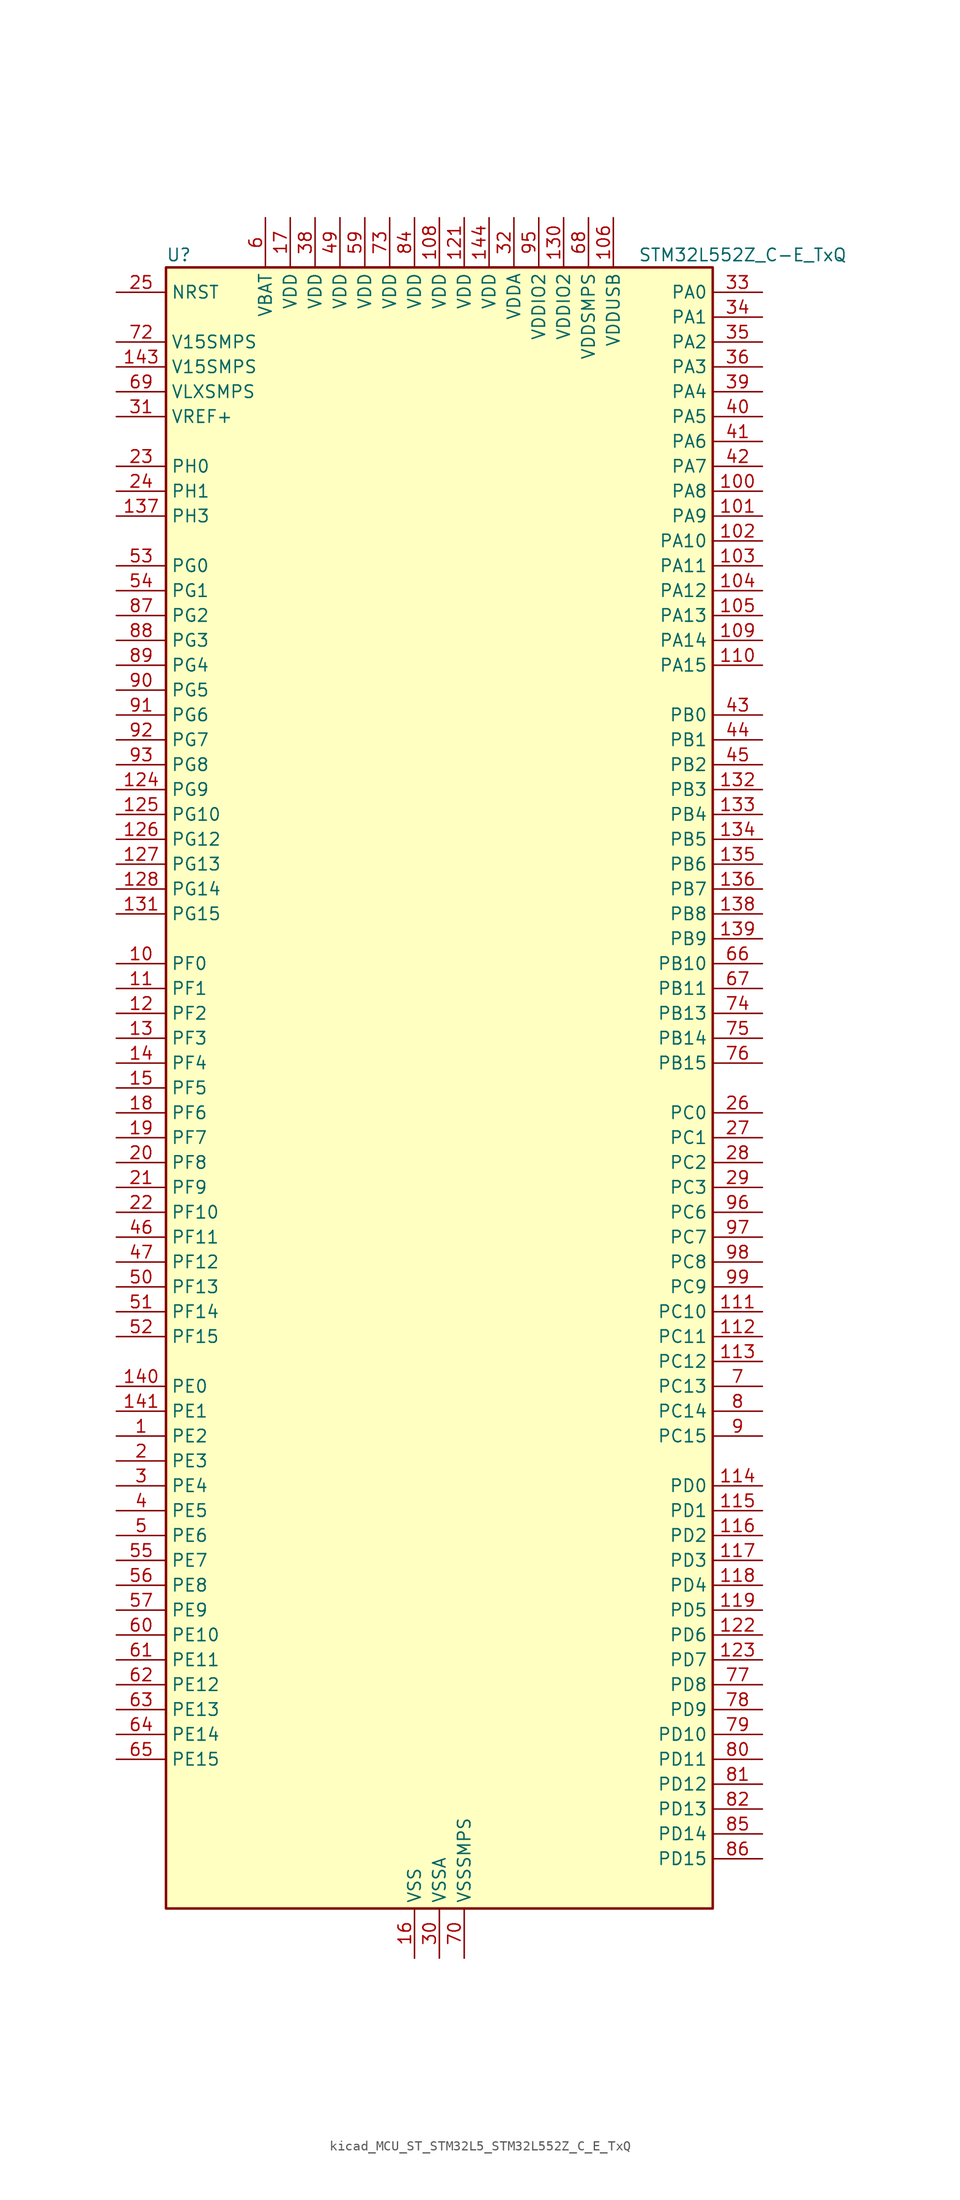
<source format=kicad_sym>
(kicad_symbol_lib
  (version 20220914)
  (generator kicad_symbol_editor)
  (symbol "kicad_MCU_ST_STM32L5_STM32L552Z_C_E_TxQ"
    (property "Reference" "U"
      (at -27.94 85.09 0)
      (effects (font (size 1.27 1.27)) (justify left)))
    (property "Value" "STM32L552Z_C-E_TxQ"
      (at 20.32 85.09 0)
      (effects (font (size 1.27 1.27)) (justify left)))
    (property "ki_locked" ""
      (at 0 0 0)
      (effects (font (size 1.27 1.27))))
    (symbol "kicad_MCU_ST_STM32L5_STM32L552Z_C_E_TxQ_0_1"
      (rectangle (start -27.94 -83.82) (end 27.94 83.82) (stroke (width 0.254) (type default)) (fill (type background))))
    (symbol "kicad_MCU_ST_STM32L5_STM32L552Z_C_E_TxQ_1_1"
      (pin bidirectional line (at -33.02 -35.56 0) (length 5.08) (name "PE2" (effects (font (size 1.27 1.27)))) (number "1" (effects (font (size 1.27 1.27)))) (alternate "DEBUG_TRACECLK" bidirectional line) (alternate "FMC_A23" bidirectional line) (alternate "SAI1_CK1" bidirectional line) (alternate "SAI1_MCLK_A" bidirectional line) (alternate "TIM3_ETR" bidirectional line) (alternate "TSC_G7_IO1" bidirectional line))
      (pin bidirectional line (at -33.02 12.7 0) (length 5.08) (name "PF0" (effects (font (size 1.27 1.27)))) (number "10" (effects (font (size 1.27 1.27)))) (alternate "FMC_A0" bidirectional line) (alternate "I2C2_SDA" bidirectional line))
      (pin bidirectional line (at 33.02 60.96 180) (length 5.08) (name "PA8" (effects (font (size 1.27 1.27)))) (number "100" (effects (font (size 1.27 1.27)))) (alternate "LPTIM2_OUT" bidirectional line) (alternate "RCC_MCO" bidirectional line) (alternate "SAI1_CK2" bidirectional line) (alternate "SAI1_SCK_A" bidirectional line) (alternate "TIM1_CH1" bidirectional line) (alternate "USART1_CK" bidirectional line))
      (pin bidirectional line (at 33.02 58.42 180) (length 5.08) (name "PA9" (effects (font (size 1.27 1.27)))) (number "101" (effects (font (size 1.27 1.27)))) (alternate "DAC1_EXTI9" bidirectional line) (alternate "SAI1_FS_A" bidirectional line) (alternate "SPI2_SCK" bidirectional line) (alternate "TIM15_BKIN" bidirectional line) (alternate "TIM1_CH2" bidirectional line) (alternate "USART1_TX" bidirectional line))
      (pin bidirectional line (at 33.02 55.88 180) (length 5.08) (name "PA10" (effects (font (size 1.27 1.27)))) (number "102" (effects (font (size 1.27 1.27)))) (alternate "CRS_SYNC" bidirectional line) (alternate "SAI1_D1" bidirectional line) (alternate "SAI1_SD_A" bidirectional line) (alternate "TIM17_BKIN" bidirectional line) (alternate "TIM1_CH3" bidirectional line) (alternate "USART1_RX" bidirectional line))
      (pin bidirectional line (at 33.02 53.34 180) (length 5.08) (name "PA11" (effects (font (size 1.27 1.27)))) (number "103" (effects (font (size 1.27 1.27)))) (alternate "ADC1_EXTI11" bidirectional line) (alternate "ADC2_EXTI11" bidirectional line) (alternate "FDCAN1_RX" bidirectional line) (alternate "SPI1_MISO" bidirectional line) (alternate "TIM1_BKIN2" bidirectional line) (alternate "TIM1_CH4" bidirectional line) (alternate "USART1_CTS" bidirectional line) (alternate "USART1_NSS" bidirectional line) (alternate "USB_DM" bidirectional line))
      (pin bidirectional line (at 33.02 50.8 180) (length 5.08) (name "PA12" (effects (font (size 1.27 1.27)))) (number "104" (effects (font (size 1.27 1.27)))) (alternate "FDCAN1_TX" bidirectional line) (alternate "SPI1_MOSI" bidirectional line) (alternate "TIM1_ETR" bidirectional line) (alternate "USART1_DE" bidirectional line) (alternate "USART1_RTS" bidirectional line) (alternate "USB_DP" bidirectional line))
      (pin bidirectional line (at 33.02 48.26 180) (length 5.08) (name "PA13" (effects (font (size 1.27 1.27)))) (number "105" (effects (font (size 1.27 1.27)))) (alternate "DEBUG_JTMS-SWDIO" bidirectional line) (alternate "IR_OUT" bidirectional line) (alternate "SAI1_SD_B" bidirectional line) (alternate "USB_NOE" bidirectional line))
      (pin power_in line (at 17.78 88.9 270) (length 5.08) (name "VDDUSB" (effects (font (size 1.27 1.27)))) (number "106" (effects (font (size 1.27 1.27)))))
      (pin passive line (at -2.54 -88.9 90) (length 5.08) hide (name "VSS" (effects (font (size 1.27 1.27)))) (number "107" (effects (font (size 1.27 1.27)))))
      (pin power_in line (at 0 88.9 270) (length 5.08) (name "VDD" (effects (font (size 1.27 1.27)))) (number "108" (effects (font (size 1.27 1.27)))))
      (pin bidirectional line (at 33.02 45.72 180) (length 5.08) (name "PA14" (effects (font (size 1.27 1.27)))) (number "109" (effects (font (size 1.27 1.27)))) (alternate "DEBUG_JTCK-SWCLK" bidirectional line) (alternate "I2C1_SMBA" bidirectional line) (alternate "I2C4_SMBA" bidirectional line) (alternate "LPTIM1_OUT" bidirectional line) (alternate "SAI1_FS_B" bidirectional line))
      (pin bidirectional line (at -33.02 10.16 0) (length 5.08) (name "PF1" (effects (font (size 1.27 1.27)))) (number "11" (effects (font (size 1.27 1.27)))) (alternate "FMC_A1" bidirectional line) (alternate "I2C2_SCL" bidirectional line))
      (pin bidirectional line (at 33.02 43.18 180) (length 5.08) (name "PA15" (effects (font (size 1.27 1.27)))) (number "110" (effects (font (size 1.27 1.27)))) (alternate "ADC1_EXTI15" bidirectional line) (alternate "ADC2_EXTI15" bidirectional line) (alternate "DEBUG_JTDI" bidirectional line) (alternate "SAI2_FS_B" bidirectional line) (alternate "SPI1_NSS" bidirectional line) (alternate "SPI3_NSS" bidirectional line) (alternate "TIM2_CH1" bidirectional line) (alternate "TIM2_ETR" bidirectional line) (alternate "UART4_DE" bidirectional line) (alternate "UART4_RTS" bidirectional line) (alternate "UCPD1_CC1" bidirectional line) (alternate "USART2_RX" bidirectional line) (alternate "USART3_DE" bidirectional line) (alternate "USART3_RTS" bidirectional line))
      (pin bidirectional line (at 33.02 -22.86 180) (length 5.08) (name "PC10" (effects (font (size 1.27 1.27)))) (number "111" (effects (font (size 1.27 1.27)))) (alternate "DEBUG_TRACED1" bidirectional line) (alternate "LPTIM3_ETR" bidirectional line) (alternate "SAI2_SCK_B" bidirectional line) (alternate "SDMMC1_D2" bidirectional line) (alternate "SPI3_SCK" bidirectional line) (alternate "TSC_G3_IO2" bidirectional line) (alternate "UART4_TX" bidirectional line) (alternate "USART3_TX" bidirectional line))
      (pin bidirectional line (at 33.02 -25.4 180) (length 5.08) (name "PC11" (effects (font (size 1.27 1.27)))) (number "112" (effects (font (size 1.27 1.27)))) (alternate "ADC1_EXTI11" bidirectional line) (alternate "ADC2_EXTI11" bidirectional line) (alternate "LPTIM3_IN1" bidirectional line) (alternate "OCTOSPI1_NCS" bidirectional line) (alternate "SAI2_MCLK_B" bidirectional line) (alternate "SDMMC1_D3" bidirectional line) (alternate "SPI3_MISO" bidirectional line) (alternate "TSC_G3_IO3" bidirectional line) (alternate "UART4_RX" bidirectional line) (alternate "UCPD1_FRSTX2" bidirectional line) (alternate "USART3_RX" bidirectional line))
      (pin bidirectional line (at 33.02 -27.94 180) (length 5.08) (name "PC12" (effects (font (size 1.27 1.27)))) (number "113" (effects (font (size 1.27 1.27)))) (alternate "DEBUG_TRACED3" bidirectional line) (alternate "SAI2_SD_B" bidirectional line) (alternate "SDMMC1_CK" bidirectional line) (alternate "SPI3_MOSI" bidirectional line) (alternate "TSC_G3_IO4" bidirectional line) (alternate "UART5_TX" bidirectional line) (alternate "USART3_CK" bidirectional line))
      (pin bidirectional line (at 33.02 -40.64 180) (length 5.08) (name "PD0" (effects (font (size 1.27 1.27)))) (number "114" (effects (font (size 1.27 1.27)))) (alternate "FDCAN1_RX" bidirectional line) (alternate "FMC_D2" bidirectional line) (alternate "FMC_DA2" bidirectional line) (alternate "SPI2_NSS" bidirectional line))
      (pin bidirectional line (at 33.02 -43.18 180) (length 5.08) (name "PD1" (effects (font (size 1.27 1.27)))) (number "115" (effects (font (size 1.27 1.27)))) (alternate "FDCAN1_TX" bidirectional line) (alternate "FMC_D3" bidirectional line) (alternate "FMC_DA3" bidirectional line) (alternate "SPI2_SCK" bidirectional line))
      (pin bidirectional line (at 33.02 -45.72 180) (length 5.08) (name "PD2" (effects (font (size 1.27 1.27)))) (number "116" (effects (font (size 1.27 1.27)))) (alternate "DEBUG_TRACED2" bidirectional line) (alternate "SDMMC1_CMD" bidirectional line) (alternate "TIM3_ETR" bidirectional line) (alternate "TSC_SYNC" bidirectional line) (alternate "UART5_RX" bidirectional line) (alternate "USART3_DE" bidirectional line) (alternate "USART3_RTS" bidirectional line))
      (pin bidirectional line (at 33.02 -48.26 180) (length 5.08) (name "PD3" (effects (font (size 1.27 1.27)))) (number "117" (effects (font (size 1.27 1.27)))) (alternate "DFSDM1_DATIN0" bidirectional line) (alternate "FMC_CLK" bidirectional line) (alternate "SPI2_MISO" bidirectional line) (alternate "SPI2_SCK" bidirectional line) (alternate "USART2_CTS" bidirectional line) (alternate "USART2_NSS" bidirectional line))
      (pin bidirectional line (at 33.02 -50.8 180) (length 5.08) (name "PD4" (effects (font (size 1.27 1.27)))) (number "118" (effects (font (size 1.27 1.27)))) (alternate "DFSDM1_CKIN0" bidirectional line) (alternate "FMC_NOE" bidirectional line) (alternate "OCTOSPI1_IO4" bidirectional line) (alternate "SPI2_MOSI" bidirectional line) (alternate "USART2_DE" bidirectional line) (alternate "USART2_RTS" bidirectional line))
      (pin bidirectional line (at 33.02 -53.34 180) (length 5.08) (name "PD5" (effects (font (size 1.27 1.27)))) (number "119" (effects (font (size 1.27 1.27)))) (alternate "FMC_NWE" bidirectional line) (alternate "OCTOSPI1_IO5" bidirectional line) (alternate "USART2_TX" bidirectional line))
      (pin bidirectional line (at -33.02 7.62 0) (length 5.08) (name "PF2" (effects (font (size 1.27 1.27)))) (number "12" (effects (font (size 1.27 1.27)))) (alternate "FMC_A2" bidirectional line) (alternate "I2C2_SMBA" bidirectional line))
      (pin passive line (at -2.54 -88.9 90) (length 5.08) hide (name "VSS" (effects (font (size 1.27 1.27)))) (number "120" (effects (font (size 1.27 1.27)))))
      (pin power_in line (at 2.54 88.9 270) (length 5.08) (name "VDD" (effects (font (size 1.27 1.27)))) (number "121" (effects (font (size 1.27 1.27)))))
      (pin bidirectional line (at 33.02 -55.88 180) (length 5.08) (name "PD6" (effects (font (size 1.27 1.27)))) (number "122" (effects (font (size 1.27 1.27)))) (alternate "DFSDM1_DATIN1" bidirectional line) (alternate "FMC_NWAIT" bidirectional line) (alternate "OCTOSPI1_IO6" bidirectional line) (alternate "SAI1_D1" bidirectional line) (alternate "SAI1_SD_A" bidirectional line) (alternate "SPI3_MOSI" bidirectional line) (alternate "USART2_RX" bidirectional line))
      (pin bidirectional line (at 33.02 -58.42 180) (length 5.08) (name "PD7" (effects (font (size 1.27 1.27)))) (number "123" (effects (font (size 1.27 1.27)))) (alternate "DFSDM1_CKIN1" bidirectional line) (alternate "FMC_NCE" bidirectional line) (alternate "FMC_NE1" bidirectional line) (alternate "OCTOSPI1_IO7" bidirectional line) (alternate "USART2_CK" bidirectional line))
      (pin bidirectional line (at -33.02 30.48 0) (length 5.08) (name "PG9" (effects (font (size 1.27 1.27)))) (number "124" (effects (font (size 1.27 1.27)))) (alternate "DAC1_EXTI9" bidirectional line) (alternate "FMC_NCE" bidirectional line) (alternate "FMC_NE2" bidirectional line) (alternate "SAI2_SCK_A" bidirectional line) (alternate "SPI3_SCK" bidirectional line) (alternate "TIM15_CH1N" bidirectional line) (alternate "USART1_TX" bidirectional line))
      (pin bidirectional line (at -33.02 27.94 0) (length 5.08) (name "PG10" (effects (font (size 1.27 1.27)))) (number "125" (effects (font (size 1.27 1.27)))) (alternate "FMC_NE3" bidirectional line) (alternate "LPTIM1_IN1" bidirectional line) (alternate "SAI2_FS_A" bidirectional line) (alternate "SPI3_MISO" bidirectional line) (alternate "TIM15_CH1" bidirectional line) (alternate "USART1_RX" bidirectional line))
      (pin bidirectional line (at -33.02 25.4 0) (length 5.08) (name "PG12" (effects (font (size 1.27 1.27)))) (number "126" (effects (font (size 1.27 1.27)))) (alternate "FMC_NE4" bidirectional line) (alternate "LPTIM1_ETR" bidirectional line) (alternate "SAI2_SD_A" bidirectional line) (alternate "SPI3_NSS" bidirectional line) (alternate "USART1_DE" bidirectional line) (alternate "USART1_RTS" bidirectional line))
      (pin bidirectional line (at -33.02 22.86 0) (length 5.08) (name "PG13" (effects (font (size 1.27 1.27)))) (number "127" (effects (font (size 1.27 1.27)))) (alternate "FMC_A24" bidirectional line) (alternate "I2C1_SDA" bidirectional line) (alternate "USART1_CK" bidirectional line))
      (pin bidirectional line (at -33.02 20.32 0) (length 5.08) (name "PG14" (effects (font (size 1.27 1.27)))) (number "128" (effects (font (size 1.27 1.27)))) (alternate "FMC_A25" bidirectional line) (alternate "I2C1_SCL" bidirectional line))
      (pin passive line (at -2.54 -88.9 90) (length 5.08) hide (name "VSS" (effects (font (size 1.27 1.27)))) (number "129" (effects (font (size 1.27 1.27)))))
      (pin bidirectional line (at -33.02 5.08 0) (length 5.08) (name "PF3" (effects (font (size 1.27 1.27)))) (number "13" (effects (font (size 1.27 1.27)))) (alternate "FMC_A3" bidirectional line) (alternate "LPTIM3_IN1" bidirectional line))
      (pin power_in line (at 12.7 88.9 270) (length 5.08) (name "VDDIO2" (effects (font (size 1.27 1.27)))) (number "130" (effects (font (size 1.27 1.27)))))
      (pin bidirectional line (at -33.02 17.78 0) (length 5.08) (name "PG15" (effects (font (size 1.27 1.27)))) (number "131" (effects (font (size 1.27 1.27)))) (alternate "ADC1_EXTI15" bidirectional line) (alternate "ADC2_EXTI15" bidirectional line) (alternate "I2C1_SMBA" bidirectional line) (alternate "LPTIM1_OUT" bidirectional line))
      (pin bidirectional line (at 33.02 30.48 180) (length 5.08) (name "PB3" (effects (font (size 1.27 1.27)))) (number "132" (effects (font (size 1.27 1.27)))) (alternate "COMP2_INM" bidirectional line) (alternate "CRS_SYNC" bidirectional line) (alternate "DEBUG_JTDO-SWO" bidirectional line) (alternate "SAI1_SCK_B" bidirectional line) (alternate "SPI1_SCK" bidirectional line) (alternate "SPI3_SCK" bidirectional line) (alternate "TIM2_CH2" bidirectional line) (alternate "USART1_DE" bidirectional line) (alternate "USART1_RTS" bidirectional line))
      (pin bidirectional line (at 33.02 27.94 180) (length 5.08) (name "PB4" (effects (font (size 1.27 1.27)))) (number "133" (effects (font (size 1.27 1.27)))) (alternate "COMP2_INP" bidirectional line) (alternate "DEBUG_JTRST" bidirectional line) (alternate "I2C3_SDA" bidirectional line) (alternate "SAI1_MCLK_B" bidirectional line) (alternate "SPI1_MISO" bidirectional line) (alternate "SPI3_MISO" bidirectional line) (alternate "TIM17_BKIN" bidirectional line) (alternate "TIM3_CH1" bidirectional line) (alternate "TSC_G2_IO1" bidirectional line) (alternate "UART5_DE" bidirectional line) (alternate "UART5_RTS" bidirectional line) (alternate "USART1_CTS" bidirectional line) (alternate "USART1_NSS" bidirectional line))
      (pin bidirectional line (at 33.02 25.4 180) (length 5.08) (name "PB5" (effects (font (size 1.27 1.27)))) (number "134" (effects (font (size 1.27 1.27)))) (alternate "COMP2_OUT" bidirectional line) (alternate "I2C1_SMBA" bidirectional line) (alternate "LPTIM1_IN1" bidirectional line) (alternate "OCTOSPI1_NCLK" bidirectional line) (alternate "SAI1_SD_B" bidirectional line) (alternate "SPI1_MOSI" bidirectional line) (alternate "SPI3_MOSI" bidirectional line) (alternate "TIM16_BKIN" bidirectional line) (alternate "TIM3_CH2" bidirectional line) (alternate "TSC_G2_IO2" bidirectional line) (alternate "UART5_CTS" bidirectional line) (alternate "UCPD1_DBCC1" bidirectional line) (alternate "USART1_CK" bidirectional line))
      (pin bidirectional line (at 33.02 22.86 180) (length 5.08) (name "PB6" (effects (font (size 1.27 1.27)))) (number "135" (effects (font (size 1.27 1.27)))) (alternate "COMP2_INP" bidirectional line) (alternate "I2C1_SCL" bidirectional line) (alternate "I2C4_SCL" bidirectional line) (alternate "LPTIM1_ETR" bidirectional line) (alternate "SAI1_FS_B" bidirectional line) (alternate "TIM16_CH1N" bidirectional line) (alternate "TIM4_CH1" bidirectional line) (alternate "TIM8_BKIN2" bidirectional line) (alternate "TSC_G2_IO3" bidirectional line) (alternate "USART1_TX" bidirectional line))
      (pin bidirectional line (at 33.02 20.32 180) (length 5.08) (name "PB7" (effects (font (size 1.27 1.27)))) (number "136" (effects (font (size 1.27 1.27)))) (alternate "COMP2_INM" bidirectional line) (alternate "FMC_NL" bidirectional line) (alternate "I2C1_SDA" bidirectional line) (alternate "I2C4_SDA" bidirectional line) (alternate "LPTIM1_IN2" bidirectional line) (alternate "PWR_PVD_IN" bidirectional line) (alternate "TIM17_CH1N" bidirectional line) (alternate "TIM4_CH2" bidirectional line) (alternate "TIM8_BKIN" bidirectional line) (alternate "TSC_G2_IO4" bidirectional line) (alternate "UART4_CTS" bidirectional line) (alternate "USART1_RX" bidirectional line))
      (pin bidirectional line (at -33.02 58.42 0) (length 5.08) (name "PH3" (effects (font (size 1.27 1.27)))) (number "137" (effects (font (size 1.27 1.27)))))
      (pin bidirectional line (at 33.02 17.78 180) (length 5.08) (name "PB8" (effects (font (size 1.27 1.27)))) (number "138" (effects (font (size 1.27 1.27)))) (alternate "DFSDM1_CKOUT" bidirectional line) (alternate "FDCAN1_RX" bidirectional line) (alternate "I2C1_SCL" bidirectional line) (alternate "SAI1_CK1" bidirectional line) (alternate "SAI1_MCLK_A" bidirectional line) (alternate "SDMMC1_CKIN" bidirectional line) (alternate "SDMMC1_D4" bidirectional line) (alternate "TIM16_CH1" bidirectional line) (alternate "TIM4_CH3" bidirectional line))
      (pin bidirectional line (at 33.02 15.24 180) (length 5.08) (name "PB9" (effects (font (size 1.27 1.27)))) (number "139" (effects (font (size 1.27 1.27)))) (alternate "DAC1_EXTI9" bidirectional line) (alternate "FDCAN1_TX" bidirectional line) (alternate "I2C1_SDA" bidirectional line) (alternate "IR_OUT" bidirectional line) (alternate "SAI1_D2" bidirectional line) (alternate "SAI1_FS_A" bidirectional line) (alternate "SDMMC1_CDIR" bidirectional line) (alternate "SDMMC1_D5" bidirectional line) (alternate "SPI2_NSS" bidirectional line) (alternate "TIM17_CH1" bidirectional line) (alternate "TIM4_CH4" bidirectional line))
      (pin bidirectional line (at -33.02 2.54 0) (length 5.08) (name "PF4" (effects (font (size 1.27 1.27)))) (number "14" (effects (font (size 1.27 1.27)))) (alternate "FMC_A4" bidirectional line) (alternate "LPTIM3_ETR" bidirectional line))
      (pin bidirectional line (at -33.02 -30.48 0) (length 5.08) (name "PE0" (effects (font (size 1.27 1.27)))) (number "140" (effects (font (size 1.27 1.27)))) (alternate "FMC_NBL0" bidirectional line) (alternate "TIM16_CH1" bidirectional line) (alternate "TIM4_ETR" bidirectional line))
      (pin bidirectional line (at -33.02 -33.02 0) (length 5.08) (name "PE1" (effects (font (size 1.27 1.27)))) (number "141" (effects (font (size 1.27 1.27)))) (alternate "FMC_NBL1" bidirectional line) (alternate "TIM17_CH1" bidirectional line))
      (pin passive line (at -2.54 -88.9 90) (length 5.08) hide (name "VSS" (effects (font (size 1.27 1.27)))) (number "142" (effects (font (size 1.27 1.27)))))
      (pin power_in line (at -33.02 73.66 0) (length 5.08) (name "V15SMPS" (effects (font (size 1.27 1.27)))) (number "143" (effects (font (size 1.27 1.27)))))
      (pin power_in line (at 5.08 88.9 270) (length 5.08) (name "VDD" (effects (font (size 1.27 1.27)))) (number "144" (effects (font (size 1.27 1.27)))))
      (pin bidirectional line (at -33.02 0 0) (length 5.08) (name "PF5" (effects (font (size 1.27 1.27)))) (number "15" (effects (font (size 1.27 1.27)))) (alternate "FMC_A5" bidirectional line) (alternate "LPTIM3_OUT" bidirectional line))
      (pin power_in line (at -2.54 -88.9 90) (length 5.08) (name "VSS" (effects (font (size 1.27 1.27)))) (number "16" (effects (font (size 1.27 1.27)))))
      (pin power_in line (at -15.24 88.9 270) (length 5.08) (name "VDD" (effects (font (size 1.27 1.27)))) (number "17" (effects (font (size 1.27 1.27)))))
      (pin bidirectional line (at -33.02 -2.54 0) (length 5.08) (name "PF6" (effects (font (size 1.27 1.27)))) (number "18" (effects (font (size 1.27 1.27)))) (alternate "OCTOSPI1_IO3" bidirectional line) (alternate "SAI1_SD_B" bidirectional line) (alternate "TIM5_CH1" bidirectional line) (alternate "TIM5_ETR" bidirectional line))
      (pin bidirectional line (at -33.02 -5.08 0) (length 5.08) (name "PF7" (effects (font (size 1.27 1.27)))) (number "19" (effects (font (size 1.27 1.27)))) (alternate "OCTOSPI1_IO2" bidirectional line) (alternate "SAI1_MCLK_B" bidirectional line) (alternate "TAMP_IN6" bidirectional line) (alternate "TAMP_OUT3" bidirectional line) (alternate "TIM5_CH2" bidirectional line))
      (pin bidirectional line (at -33.02 -38.1 0) (length 5.08) (name "PE3" (effects (font (size 1.27 1.27)))) (number "2" (effects (font (size 1.27 1.27)))) (alternate "DEBUG_TRACED0" bidirectional line) (alternate "FMC_A19" bidirectional line) (alternate "OCTOSPI1_DQS" bidirectional line) (alternate "SAI1_SD_B" bidirectional line) (alternate "TIM3_CH1" bidirectional line) (alternate "TSC_G7_IO2" bidirectional line))
      (pin bidirectional line (at -33.02 -7.62 0) (length 5.08) (name "PF8" (effects (font (size 1.27 1.27)))) (number "20" (effects (font (size 1.27 1.27)))) (alternate "OCTOSPI1_IO0" bidirectional line) (alternate "SAI1_SCK_B" bidirectional line) (alternate "TAMP_IN7" bidirectional line) (alternate "TAMP_OUT8" bidirectional line) (alternate "TIM5_CH3" bidirectional line))
      (pin bidirectional line (at -33.02 -10.16 0) (length 5.08) (name "PF9" (effects (font (size 1.27 1.27)))) (number "21" (effects (font (size 1.27 1.27)))) (alternate "DAC1_EXTI9" bidirectional line) (alternate "OCTOSPI1_IO1" bidirectional line) (alternate "SAI1_FS_B" bidirectional line) (alternate "TAMP_IN8" bidirectional line) (alternate "TAMP_OUT7" bidirectional line) (alternate "TIM15_CH1" bidirectional line) (alternate "TIM5_CH4" bidirectional line))
      (pin bidirectional line (at -33.02 -12.7 0) (length 5.08) (name "PF10" (effects (font (size 1.27 1.27)))) (number "22" (effects (font (size 1.27 1.27)))) (alternate "DFSDM1_CKOUT" bidirectional line) (alternate "OCTOSPI1_CLK" bidirectional line) (alternate "SAI1_D3" bidirectional line) (alternate "TIM15_CH2" bidirectional line))
      (pin bidirectional line (at -33.02 63.5 0) (length 5.08) (name "PH0" (effects (font (size 1.27 1.27)))) (number "23" (effects (font (size 1.27 1.27)))) (alternate "RCC_OSC_IN" bidirectional line))
      (pin bidirectional line (at -33.02 60.96 0) (length 5.08) (name "PH1" (effects (font (size 1.27 1.27)))) (number "24" (effects (font (size 1.27 1.27)))) (alternate "RCC_OSC_OUT" bidirectional line))
      (pin input line (at -33.02 81.28 0) (length 5.08) (name "NRST" (effects (font (size 1.27 1.27)))) (number "25" (effects (font (size 1.27 1.27)))))
      (pin bidirectional line (at 33.02 -2.54 180) (length 5.08) (name "PC0" (effects (font (size 1.27 1.27)))) (number "26" (effects (font (size 1.27 1.27)))) (alternate "ADC1_IN1" bidirectional line) (alternate "ADC2_IN1" bidirectional line) (alternate "I2C3_SCL" bidirectional line) (alternate "LPTIM1_IN1" bidirectional line) (alternate "LPTIM2_IN1" bidirectional line) (alternate "LPUART1_RX" bidirectional line) (alternate "OCTOSPI1_IO7" bidirectional line) (alternate "SAI2_FS_A" bidirectional line) (alternate "SDMMC1_D5" bidirectional line))
      (pin bidirectional line (at 33.02 -5.08 180) (length 5.08) (name "PC1" (effects (font (size 1.27 1.27)))) (number "27" (effects (font (size 1.27 1.27)))) (alternate "ADC1_IN2" bidirectional line) (alternate "ADC2_IN2" bidirectional line) (alternate "DEBUG_TRACED0" bidirectional line) (alternate "I2C3_SDA" bidirectional line) (alternate "LPTIM1_OUT" bidirectional line) (alternate "LPUART1_TX" bidirectional line) (alternate "OCTOSPI1_IO4" bidirectional line) (alternate "SAI1_SD_A" bidirectional line) (alternate "SPI2_MOSI" bidirectional line))
      (pin bidirectional line (at 33.02 -7.62 180) (length 5.08) (name "PC2" (effects (font (size 1.27 1.27)))) (number "28" (effects (font (size 1.27 1.27)))) (alternate "ADC1_IN3" bidirectional line) (alternate "ADC2_IN3" bidirectional line) (alternate "DFSDM1_CKOUT" bidirectional line) (alternate "LPTIM1_IN2" bidirectional line) (alternate "OCTOSPI1_IO5" bidirectional line) (alternate "SPI2_MISO" bidirectional line))
      (pin bidirectional line (at 33.02 -10.16 180) (length 5.08) (name "PC3" (effects (font (size 1.27 1.27)))) (number "29" (effects (font (size 1.27 1.27)))) (alternate "ADC1_IN4" bidirectional line) (alternate "ADC2_IN4" bidirectional line) (alternate "LPTIM1_ETR" bidirectional line) (alternate "LPTIM2_ETR" bidirectional line) (alternate "LPTIM3_OUT" bidirectional line) (alternate "OCTOSPI1_IO6" bidirectional line) (alternate "SAI1_D1" bidirectional line) (alternate "SAI1_SD_A" bidirectional line) (alternate "SPI2_MOSI" bidirectional line))
      (pin bidirectional line (at -33.02 -40.64 0) (length 5.08) (name "PE4" (effects (font (size 1.27 1.27)))) (number "3" (effects (font (size 1.27 1.27)))) (alternate "DEBUG_TRACED1" bidirectional line) (alternate "DFSDM1_DATIN3" bidirectional line) (alternate "FMC_A20" bidirectional line) (alternate "SAI1_D2" bidirectional line) (alternate "SAI1_FS_A" bidirectional line) (alternate "TIM3_CH2" bidirectional line) (alternate "TSC_G7_IO3" bidirectional line))
      (pin power_in line (at 0 -88.9 90) (length 5.08) (name "VSSA" (effects (font (size 1.27 1.27)))) (number "30" (effects (font (size 1.27 1.27)))))
      (pin input line (at -33.02 68.58 0) (length 5.08) (name "VREF+" (effects (font (size 1.27 1.27)))) (number "31" (effects (font (size 1.27 1.27)))))
      (pin power_in line (at 7.62 88.9 270) (length 5.08) (name "VDDA" (effects (font (size 1.27 1.27)))) (number "32" (effects (font (size 1.27 1.27)))))
      (pin bidirectional line (at 33.02 81.28 180) (length 5.08) (name "PA0" (effects (font (size 1.27 1.27)))) (number "33" (effects (font (size 1.27 1.27)))) (alternate "ADC1_IN5" bidirectional line) (alternate "ADC2_IN5" bidirectional line) (alternate "OPAMP1_VINP" bidirectional line) (alternate "PWR_WKUP1" bidirectional line) (alternate "SAI1_EXTCLK" bidirectional line) (alternate "TAMP_IN2" bidirectional line) (alternate "TAMP_OUT1" bidirectional line) (alternate "TIM2_CH1" bidirectional line) (alternate "TIM2_ETR" bidirectional line) (alternate "TIM5_CH1" bidirectional line) (alternate "TIM8_ETR" bidirectional line) (alternate "UART4_TX" bidirectional line) (alternate "USART2_CTS" bidirectional line) (alternate "USART2_NSS" bidirectional line))
      (pin bidirectional line (at 33.02 78.74 180) (length 5.08) (name "PA1" (effects (font (size 1.27 1.27)))) (number "34" (effects (font (size 1.27 1.27)))) (alternate "ADC1_IN6" bidirectional line) (alternate "ADC2_IN6" bidirectional line) (alternate "I2C1_SMBA" bidirectional line) (alternate "OCTOSPI1_DQS" bidirectional line) (alternate "OPAMP1_VINM" bidirectional line) (alternate "SPI1_SCK" bidirectional line) (alternate "TAMP_IN5" bidirectional line) (alternate "TAMP_OUT4" bidirectional line) (alternate "TIM15_CH1N" bidirectional line) (alternate "TIM2_CH2" bidirectional line) (alternate "TIM5_CH2" bidirectional line) (alternate "UART4_RX" bidirectional line) (alternate "USART2_DE" bidirectional line) (alternate "USART2_RTS" bidirectional line))
      (pin bidirectional line (at 33.02 76.2 180) (length 5.08) (name "PA2" (effects (font (size 1.27 1.27)))) (number "35" (effects (font (size 1.27 1.27)))) (alternate "ADC1_IN7" bidirectional line) (alternate "ADC2_IN7" bidirectional line) (alternate "COMP1_INP" bidirectional line) (alternate "LPUART1_TX" bidirectional line) (alternate "OCTOSPI1_NCS" bidirectional line) (alternate "PWR_WKUP4" bidirectional line) (alternate "RCC_LSCO" bidirectional line) (alternate "SAI2_EXTCLK" bidirectional line) (alternate "TIM15_CH1" bidirectional line) (alternate "TIM2_CH3" bidirectional line) (alternate "TIM5_CH3" bidirectional line) (alternate "UCPD1_FRSTX1" bidirectional line) (alternate "USART2_TX" bidirectional line))
      (pin bidirectional line (at 33.02 73.66 180) (length 5.08) (name "PA3" (effects (font (size 1.27 1.27)))) (number "36" (effects (font (size 1.27 1.27)))) (alternate "ADC1_IN8" bidirectional line) (alternate "ADC2_IN8" bidirectional line) (alternate "LPUART1_RX" bidirectional line) (alternate "OCTOSPI1_CLK" bidirectional line) (alternate "OPAMP1_VOUT" bidirectional line) (alternate "SAI1_CK1" bidirectional line) (alternate "SAI1_MCLK_A" bidirectional line) (alternate "TIM15_CH2" bidirectional line) (alternate "TIM2_CH4" bidirectional line) (alternate "TIM5_CH4" bidirectional line) (alternate "USART2_RX" bidirectional line))
      (pin passive line (at -2.54 -88.9 90) (length 5.08) hide (name "VSS" (effects (font (size 1.27 1.27)))) (number "37" (effects (font (size 1.27 1.27)))))
      (pin power_in line (at -12.7 88.9 270) (length 5.08) (name "VDD" (effects (font (size 1.27 1.27)))) (number "38" (effects (font (size 1.27 1.27)))))
      (pin bidirectional line (at 33.02 71.12 180) (length 5.08) (name "PA4" (effects (font (size 1.27 1.27)))) (number "39" (effects (font (size 1.27 1.27)))) (alternate "ADC1_IN9" bidirectional line) (alternate "ADC2_IN9" bidirectional line) (alternate "DAC1_OUT1" bidirectional line) (alternate "LPTIM2_OUT" bidirectional line) (alternate "OCTOSPI1_NCS" bidirectional line) (alternate "SAI1_FS_B" bidirectional line) (alternate "SPI1_NSS" bidirectional line) (alternate "SPI3_NSS" bidirectional line) (alternate "USART2_CK" bidirectional line))
      (pin bidirectional line (at -33.02 -43.18 0) (length 5.08) (name "PE5" (effects (font (size 1.27 1.27)))) (number "4" (effects (font (size 1.27 1.27)))) (alternate "DEBUG_TRACED2" bidirectional line) (alternate "DFSDM1_CKIN3" bidirectional line) (alternate "FMC_A21" bidirectional line) (alternate "SAI1_CK2" bidirectional line) (alternate "SAI1_SCK_A" bidirectional line) (alternate "TIM3_CH3" bidirectional line) (alternate "TSC_G7_IO4" bidirectional line))
      (pin bidirectional line (at 33.02 68.58 180) (length 5.08) (name "PA5" (effects (font (size 1.27 1.27)))) (number "40" (effects (font (size 1.27 1.27)))) (alternate "ADC1_IN10" bidirectional line) (alternate "ADC2_IN10" bidirectional line) (alternate "DAC1_OUT2" bidirectional line) (alternate "LPTIM2_ETR" bidirectional line) (alternate "SPI1_SCK" bidirectional line) (alternate "TIM2_CH1" bidirectional line) (alternate "TIM2_ETR" bidirectional line) (alternate "TIM8_CH1N" bidirectional line))
      (pin bidirectional line (at 33.02 66.04 180) (length 5.08) (name "PA6" (effects (font (size 1.27 1.27)))) (number "41" (effects (font (size 1.27 1.27)))) (alternate "ADC1_IN11" bidirectional line) (alternate "ADC2_IN11" bidirectional line) (alternate "LPUART1_CTS" bidirectional line) (alternate "OCTOSPI1_IO3" bidirectional line) (alternate "OPAMP2_VINP" bidirectional line) (alternate "SPI1_MISO" bidirectional line) (alternate "TIM16_CH1" bidirectional line) (alternate "TIM1_BKIN" bidirectional line) (alternate "TIM3_CH1" bidirectional line) (alternate "TIM8_BKIN" bidirectional line) (alternate "USART3_CTS" bidirectional line) (alternate "USART3_NSS" bidirectional line))
      (pin bidirectional line (at 33.02 63.5 180) (length 5.08) (name "PA7" (effects (font (size 1.27 1.27)))) (number "42" (effects (font (size 1.27 1.27)))) (alternate "ADC1_IN12" bidirectional line) (alternate "ADC2_IN12" bidirectional line) (alternate "I2C3_SCL" bidirectional line) (alternate "OCTOSPI1_IO2" bidirectional line) (alternate "OPAMP2_VINM" bidirectional line) (alternate "SPI1_MOSI" bidirectional line) (alternate "TIM17_CH1" bidirectional line) (alternate "TIM1_CH1N" bidirectional line) (alternate "TIM3_CH2" bidirectional line) (alternate "TIM8_CH1N" bidirectional line))
      (pin bidirectional line (at 33.02 38.1 180) (length 5.08) (name "PB0" (effects (font (size 1.27 1.27)))) (number "43" (effects (font (size 1.27 1.27)))) (alternate "ADC1_IN15" bidirectional line) (alternate "ADC2_IN15" bidirectional line) (alternate "COMP1_OUT" bidirectional line) (alternate "OCTOSPI1_IO1" bidirectional line) (alternate "OPAMP2_VOUT" bidirectional line) (alternate "SAI1_EXTCLK" bidirectional line) (alternate "SPI1_NSS" bidirectional line) (alternate "TIM1_CH2N" bidirectional line) (alternate "TIM3_CH3" bidirectional line) (alternate "TIM8_CH2N" bidirectional line) (alternate "USART3_CK" bidirectional line))
      (pin bidirectional line (at 33.02 35.56 180) (length 5.08) (name "PB1" (effects (font (size 1.27 1.27)))) (number "44" (effects (font (size 1.27 1.27)))) (alternate "ADC1_IN16" bidirectional line) (alternate "ADC2_IN16" bidirectional line) (alternate "COMP1_INM" bidirectional line) (alternate "DFSDM1_DATIN0" bidirectional line) (alternate "LPTIM2_IN1" bidirectional line) (alternate "LPUART1_DE" bidirectional line) (alternate "LPUART1_RTS" bidirectional line) (alternate "OCTOSPI1_IO0" bidirectional line) (alternate "TIM1_CH3N" bidirectional line) (alternate "TIM3_CH4" bidirectional line) (alternate "TIM8_CH3N" bidirectional line) (alternate "USART3_DE" bidirectional line) (alternate "USART3_RTS" bidirectional line))
      (pin bidirectional line (at 33.02 33.02 180) (length 5.08) (name "PB2" (effects (font (size 1.27 1.27)))) (number "45" (effects (font (size 1.27 1.27)))) (alternate "COMP1_INP" bidirectional line) (alternate "DFSDM1_CKIN0" bidirectional line) (alternate "I2C3_SMBA" bidirectional line) (alternate "LPTIM1_OUT" bidirectional line) (alternate "OCTOSPI1_DQS" bidirectional line) (alternate "RTC_OUT2" bidirectional line) (alternate "UCPD1_FRSTX1" bidirectional line))
      (pin bidirectional line (at -33.02 -15.24 0) (length 5.08) (name "PF11" (effects (font (size 1.27 1.27)))) (number "46" (effects (font (size 1.27 1.27)))) (alternate "ADC1_EXTI11" bidirectional line) (alternate "ADC2_EXTI11" bidirectional line) (alternate "OCTOSPI1_NCLK" bidirectional line))
      (pin bidirectional line (at -33.02 -17.78 0) (length 5.08) (name "PF12" (effects (font (size 1.27 1.27)))) (number "47" (effects (font (size 1.27 1.27)))) (alternate "FMC_A6" bidirectional line))
      (pin passive line (at -2.54 -88.9 90) (length 5.08) hide (name "VSS" (effects (font (size 1.27 1.27)))) (number "48" (effects (font (size 1.27 1.27)))))
      (pin power_in line (at -10.16 88.9 270) (length 5.08) (name "VDD" (effects (font (size 1.27 1.27)))) (number "49" (effects (font (size 1.27 1.27)))))
      (pin bidirectional line (at -33.02 -45.72 0) (length 5.08) (name "PE6" (effects (font (size 1.27 1.27)))) (number "5" (effects (font (size 1.27 1.27)))) (alternate "DEBUG_TRACED3" bidirectional line) (alternate "FMC_A22" bidirectional line) (alternate "PWR_WKUP3" bidirectional line) (alternate "SAI1_D1" bidirectional line) (alternate "SAI1_SD_A" bidirectional line) (alternate "TAMP_IN3" bidirectional line) (alternate "TAMP_OUT6" bidirectional line) (alternate "TIM3_CH4" bidirectional line))
      (pin bidirectional line (at -33.02 -20.32 0) (length 5.08) (name "PF13" (effects (font (size 1.27 1.27)))) (number "50" (effects (font (size 1.27 1.27)))) (alternate "FMC_A7" bidirectional line) (alternate "I2C4_SMBA" bidirectional line))
      (pin bidirectional line (at -33.02 -22.86 0) (length 5.08) (name "PF14" (effects (font (size 1.27 1.27)))) (number "51" (effects (font (size 1.27 1.27)))) (alternate "FMC_A8" bidirectional line) (alternate "I2C4_SCL" bidirectional line) (alternate "TSC_G8_IO1" bidirectional line))
      (pin bidirectional line (at -33.02 -25.4 0) (length 5.08) (name "PF15" (effects (font (size 1.27 1.27)))) (number "52" (effects (font (size 1.27 1.27)))) (alternate "ADC1_EXTI15" bidirectional line) (alternate "ADC2_EXTI15" bidirectional line) (alternate "FMC_A9" bidirectional line) (alternate "I2C4_SDA" bidirectional line) (alternate "TSC_G8_IO2" bidirectional line))
      (pin bidirectional line (at -33.02 53.34 0) (length 5.08) (name "PG0" (effects (font (size 1.27 1.27)))) (number "53" (effects (font (size 1.27 1.27)))) (alternate "FMC_A10" bidirectional line) (alternate "TSC_G8_IO3" bidirectional line))
      (pin bidirectional line (at -33.02 50.8 0) (length 5.08) (name "PG1" (effects (font (size 1.27 1.27)))) (number "54" (effects (font (size 1.27 1.27)))) (alternate "FMC_A11" bidirectional line) (alternate "TSC_G8_IO4" bidirectional line))
      (pin bidirectional line (at -33.02 -48.26 0) (length 5.08) (name "PE7" (effects (font (size 1.27 1.27)))) (number "55" (effects (font (size 1.27 1.27)))) (alternate "DFSDM1_DATIN2" bidirectional line) (alternate "FMC_D4" bidirectional line) (alternate "FMC_DA4" bidirectional line) (alternate "SAI1_SD_B" bidirectional line) (alternate "TIM1_ETR" bidirectional line))
      (pin bidirectional line (at -33.02 -50.8 0) (length 5.08) (name "PE8" (effects (font (size 1.27 1.27)))) (number "56" (effects (font (size 1.27 1.27)))) (alternate "DFSDM1_CKIN2" bidirectional line) (alternate "FMC_D5" bidirectional line) (alternate "FMC_DA5" bidirectional line) (alternate "SAI1_SCK_B" bidirectional line) (alternate "TIM1_CH1N" bidirectional line))
      (pin bidirectional line (at -33.02 -53.34 0) (length 5.08) (name "PE9" (effects (font (size 1.27 1.27)))) (number "57" (effects (font (size 1.27 1.27)))) (alternate "DAC1_EXTI9" bidirectional line) (alternate "DFSDM1_CKOUT" bidirectional line) (alternate "FMC_D6" bidirectional line) (alternate "FMC_DA6" bidirectional line) (alternate "OCTOSPI1_NCLK" bidirectional line) (alternate "SAI1_FS_B" bidirectional line) (alternate "TIM1_CH1" bidirectional line))
      (pin passive line (at -2.54 -88.9 90) (length 5.08) hide (name "VSS" (effects (font (size 1.27 1.27)))) (number "58" (effects (font (size 1.27 1.27)))))
      (pin power_in line (at -7.62 88.9 270) (length 5.08) (name "VDD" (effects (font (size 1.27 1.27)))) (number "59" (effects (font (size 1.27 1.27)))))
      (pin power_in line (at -17.78 88.9 270) (length 5.08) (name "VBAT" (effects (font (size 1.27 1.27)))) (number "6" (effects (font (size 1.27 1.27)))))
      (pin bidirectional line (at -33.02 -55.88 0) (length 5.08) (name "PE10" (effects (font (size 1.27 1.27)))) (number "60" (effects (font (size 1.27 1.27)))) (alternate "FMC_D7" bidirectional line) (alternate "FMC_DA7" bidirectional line) (alternate "OCTOSPI1_CLK" bidirectional line) (alternate "SAI1_MCLK_B" bidirectional line) (alternate "TIM1_CH2N" bidirectional line) (alternate "TSC_G5_IO1" bidirectional line))
      (pin bidirectional line (at -33.02 -58.42 0) (length 5.08) (name "PE11" (effects (font (size 1.27 1.27)))) (number "61" (effects (font (size 1.27 1.27)))) (alternate "ADC1_EXTI11" bidirectional line) (alternate "ADC2_EXTI11" bidirectional line) (alternate "FMC_D8" bidirectional line) (alternate "FMC_DA8" bidirectional line) (alternate "OCTOSPI1_NCS" bidirectional line) (alternate "TIM1_CH2" bidirectional line) (alternate "TSC_G5_IO2" bidirectional line))
      (pin bidirectional line (at -33.02 -60.96 0) (length 5.08) (name "PE12" (effects (font (size 1.27 1.27)))) (number "62" (effects (font (size 1.27 1.27)))) (alternate "FMC_D9" bidirectional line) (alternate "FMC_DA9" bidirectional line) (alternate "OCTOSPI1_IO0" bidirectional line) (alternate "SPI1_NSS" bidirectional line) (alternate "TIM1_CH3N" bidirectional line) (alternate "TSC_G5_IO3" bidirectional line))
      (pin bidirectional line (at -33.02 -63.5 0) (length 5.08) (name "PE13" (effects (font (size 1.27 1.27)))) (number "63" (effects (font (size 1.27 1.27)))) (alternate "FMC_D10" bidirectional line) (alternate "FMC_DA10" bidirectional line) (alternate "OCTOSPI1_IO1" bidirectional line) (alternate "SPI1_SCK" bidirectional line) (alternate "TIM1_CH3" bidirectional line) (alternate "TSC_G5_IO4" bidirectional line))
      (pin bidirectional line (at -33.02 -66.04 0) (length 5.08) (name "PE14" (effects (font (size 1.27 1.27)))) (number "64" (effects (font (size 1.27 1.27)))) (alternate "FMC_D11" bidirectional line) (alternate "FMC_DA11" bidirectional line) (alternate "OCTOSPI1_IO2" bidirectional line) (alternate "SPI1_MISO" bidirectional line) (alternate "TIM1_BKIN2" bidirectional line) (alternate "TIM1_CH4" bidirectional line))
      (pin bidirectional line (at -33.02 -68.58 0) (length 5.08) (name "PE15" (effects (font (size 1.27 1.27)))) (number "65" (effects (font (size 1.27 1.27)))) (alternate "ADC1_EXTI15" bidirectional line) (alternate "ADC2_EXTI15" bidirectional line) (alternate "FMC_D12" bidirectional line) (alternate "FMC_DA12" bidirectional line) (alternate "OCTOSPI1_IO3" bidirectional line) (alternate "SPI1_MOSI" bidirectional line) (alternate "TIM1_BKIN" bidirectional line))
      (pin bidirectional line (at 33.02 12.7 180) (length 5.08) (name "PB10" (effects (font (size 1.27 1.27)))) (number "66" (effects (font (size 1.27 1.27)))) (alternate "COMP1_OUT" bidirectional line) (alternate "I2C2_SCL" bidirectional line) (alternate "I2C4_SCL" bidirectional line) (alternate "LPTIM3_OUT" bidirectional line) (alternate "LPUART1_RX" bidirectional line) (alternate "OCTOSPI1_CLK" bidirectional line) (alternate "SAI1_SCK_A" bidirectional line) (alternate "SPI2_SCK" bidirectional line) (alternate "TIM2_CH3" bidirectional line) (alternate "TSC_SYNC" bidirectional line) (alternate "USART3_TX" bidirectional line))
      (pin bidirectional line (at 33.02 10.16 180) (length 5.08) (name "PB11" (effects (font (size 1.27 1.27)))) (number "67" (effects (font (size 1.27 1.27)))) (alternate "ADC1_EXTI11" bidirectional line) (alternate "ADC2_EXTI11" bidirectional line) (alternate "COMP2_OUT" bidirectional line) (alternate "I2C2_SDA" bidirectional line) (alternate "I2C4_SDA" bidirectional line) (alternate "LPUART1_TX" bidirectional line) (alternate "OCTOSPI1_NCS" bidirectional line) (alternate "TIM2_CH4" bidirectional line) (alternate "USART3_RX" bidirectional line))
      (pin power_in line (at 15.24 88.9 270) (length 5.08) (name "VDDSMPS" (effects (font (size 1.27 1.27)))) (number "68" (effects (font (size 1.27 1.27)))))
      (pin power_in line (at -33.02 71.12 0) (length 5.08) (name "VLXSMPS" (effects (font (size 1.27 1.27)))) (number "69" (effects (font (size 1.27 1.27)))))
      (pin bidirectional line (at 33.02 -30.48 180) (length 5.08) (name "PC13" (effects (font (size 1.27 1.27)))) (number "7" (effects (font (size 1.27 1.27)))) (alternate "PWR_WKUP2" bidirectional line) (alternate "RTC_OUT1" bidirectional line) (alternate "RTC_TS" bidirectional line) (alternate "TAMP_IN1" bidirectional line) (alternate "TAMP_OUT2" bidirectional line))
      (pin power_in line (at 2.54 -88.9 90) (length 5.08) (name "VSSSMPS" (effects (font (size 1.27 1.27)))) (number "70" (effects (font (size 1.27 1.27)))))
      (pin passive line (at -2.54 -88.9 90) (length 5.08) hide (name "VSS" (effects (font (size 1.27 1.27)))) (number "71" (effects (font (size 1.27 1.27)))))
      (pin power_in line (at -33.02 76.2 0) (length 5.08) (name "V15SMPS" (effects (font (size 1.27 1.27)))) (number "72" (effects (font (size 1.27 1.27)))))
      (pin power_in line (at -5.08 88.9 270) (length 5.08) (name "VDD" (effects (font (size 1.27 1.27)))) (number "73" (effects (font (size 1.27 1.27)))))
      (pin bidirectional line (at 33.02 7.62 180) (length 5.08) (name "PB13" (effects (font (size 1.27 1.27)))) (number "74" (effects (font (size 1.27 1.27)))) (alternate "DFSDM1_CKIN1" bidirectional line) (alternate "I2C2_SCL" bidirectional line) (alternate "LPTIM3_IN1" bidirectional line) (alternate "LPUART1_CTS" bidirectional line) (alternate "SAI2_SCK_A" bidirectional line) (alternate "SPI2_SCK" bidirectional line) (alternate "TIM15_CH1N" bidirectional line) (alternate "TIM1_CH1N" bidirectional line) (alternate "TSC_G1_IO2" bidirectional line) (alternate "UCPD1_FRSTX2" bidirectional line) (alternate "USART3_CTS" bidirectional line) (alternate "USART3_NSS" bidirectional line))
      (pin bidirectional line (at 33.02 5.08 180) (length 5.08) (name "PB14" (effects (font (size 1.27 1.27)))) (number "75" (effects (font (size 1.27 1.27)))) (alternate "DFSDM1_DATIN2" bidirectional line) (alternate "I2C2_SDA" bidirectional line) (alternate "LPTIM3_ETR" bidirectional line) (alternate "SAI2_MCLK_A" bidirectional line) (alternate "SPI2_MISO" bidirectional line) (alternate "TIM15_CH1" bidirectional line) (alternate "TIM1_CH2N" bidirectional line) (alternate "TIM8_CH2N" bidirectional line) (alternate "TSC_G1_IO3" bidirectional line) (alternate "UCPD1_DBCC2" bidirectional line) (alternate "USART3_DE" bidirectional line) (alternate "USART3_RTS" bidirectional line))
      (pin bidirectional line (at 33.02 2.54 180) (length 5.08) (name "PB15" (effects (font (size 1.27 1.27)))) (number "76" (effects (font (size 1.27 1.27)))) (alternate "ADC1_EXTI15" bidirectional line) (alternate "ADC2_EXTI15" bidirectional line) (alternate "DFSDM1_CKIN2" bidirectional line) (alternate "RTC_REFIN" bidirectional line) (alternate "SAI2_SD_A" bidirectional line) (alternate "SPI2_MOSI" bidirectional line) (alternate "TIM15_CH2" bidirectional line) (alternate "TIM1_CH3N" bidirectional line) (alternate "TIM8_CH3N" bidirectional line) (alternate "UCPD1_CC2" bidirectional line))
      (pin bidirectional line (at 33.02 -60.96 180) (length 5.08) (name "PD8" (effects (font (size 1.27 1.27)))) (number "77" (effects (font (size 1.27 1.27)))) (alternate "FMC_D13" bidirectional line) (alternate "FMC_DA13" bidirectional line) (alternate "USART3_TX" bidirectional line))
      (pin bidirectional line (at 33.02 -63.5 180) (length 5.08) (name "PD9" (effects (font (size 1.27 1.27)))) (number "78" (effects (font (size 1.27 1.27)))) (alternate "DAC1_EXTI9" bidirectional line) (alternate "FMC_D14" bidirectional line) (alternate "FMC_DA14" bidirectional line) (alternate "SAI2_MCLK_A" bidirectional line) (alternate "USART3_RX" bidirectional line))
      (pin bidirectional line (at 33.02 -66.04 180) (length 5.08) (name "PD10" (effects (font (size 1.27 1.27)))) (number "79" (effects (font (size 1.27 1.27)))) (alternate "FMC_D15" bidirectional line) (alternate "FMC_DA15" bidirectional line) (alternate "SAI2_SCK_A" bidirectional line) (alternate "TSC_G6_IO1" bidirectional line) (alternate "USART3_CK" bidirectional line))
      (pin bidirectional line (at 33.02 -33.02 180) (length 5.08) (name "PC14" (effects (font (size 1.27 1.27)))) (number "8" (effects (font (size 1.27 1.27)))) (alternate "RCC_OSC32_IN" bidirectional line))
      (pin bidirectional line (at 33.02 -68.58 180) (length 5.08) (name "PD11" (effects (font (size 1.27 1.27)))) (number "80" (effects (font (size 1.27 1.27)))) (alternate "ADC1_EXTI11" bidirectional line) (alternate "ADC2_EXTI11" bidirectional line) (alternate "FMC_A16" bidirectional line) (alternate "FMC_CLE" bidirectional line) (alternate "I2C4_SMBA" bidirectional line) (alternate "LPTIM2_ETR" bidirectional line) (alternate "SAI2_SD_A" bidirectional line) (alternate "TSC_G6_IO2" bidirectional line) (alternate "USART3_CTS" bidirectional line) (alternate "USART3_NSS" bidirectional line))
      (pin bidirectional line (at 33.02 -71.12 180) (length 5.08) (name "PD12" (effects (font (size 1.27 1.27)))) (number "81" (effects (font (size 1.27 1.27)))) (alternate "FMC_A17" bidirectional line) (alternate "FMC_ALE" bidirectional line) (alternate "I2C4_SCL" bidirectional line) (alternate "LPTIM2_IN1" bidirectional line) (alternate "SAI2_FS_A" bidirectional line) (alternate "TIM4_CH1" bidirectional line) (alternate "TSC_G6_IO3" bidirectional line) (alternate "USART3_DE" bidirectional line) (alternate "USART3_RTS" bidirectional line))
      (pin bidirectional line (at 33.02 -73.66 180) (length 5.08) (name "PD13" (effects (font (size 1.27 1.27)))) (number "82" (effects (font (size 1.27 1.27)))) (alternate "FMC_A18" bidirectional line) (alternate "I2C4_SDA" bidirectional line) (alternate "LPTIM2_OUT" bidirectional line) (alternate "TIM4_CH2" bidirectional line) (alternate "TSC_G6_IO4" bidirectional line))
      (pin passive line (at -2.54 -88.9 90) (length 5.08) hide (name "VSS" (effects (font (size 1.27 1.27)))) (number "83" (effects (font (size 1.27 1.27)))))
      (pin power_in line (at -2.54 88.9 270) (length 5.08) (name "VDD" (effects (font (size 1.27 1.27)))) (number "84" (effects (font (size 1.27 1.27)))))
      (pin bidirectional line (at 33.02 -76.2 180) (length 5.08) (name "PD14" (effects (font (size 1.27 1.27)))) (number "85" (effects (font (size 1.27 1.27)))) (alternate "FMC_D0" bidirectional line) (alternate "FMC_DA0" bidirectional line) (alternate "TIM4_CH3" bidirectional line))
      (pin bidirectional line (at 33.02 -78.74 180) (length 5.08) (name "PD15" (effects (font (size 1.27 1.27)))) (number "86" (effects (font (size 1.27 1.27)))) (alternate "ADC1_EXTI15" bidirectional line) (alternate "ADC2_EXTI15" bidirectional line) (alternate "FMC_D1" bidirectional line) (alternate "FMC_DA1" bidirectional line) (alternate "TIM4_CH4" bidirectional line))
      (pin bidirectional line (at -33.02 48.26 0) (length 5.08) (name "PG2" (effects (font (size 1.27 1.27)))) (number "87" (effects (font (size 1.27 1.27)))) (alternate "FMC_A12" bidirectional line) (alternate "SAI2_SCK_B" bidirectional line) (alternate "SPI1_SCK" bidirectional line))
      (pin bidirectional line (at -33.02 45.72 0) (length 5.08) (name "PG3" (effects (font (size 1.27 1.27)))) (number "88" (effects (font (size 1.27 1.27)))) (alternate "FMC_A13" bidirectional line) (alternate "SAI2_FS_B" bidirectional line) (alternate "SPI1_MISO" bidirectional line))
      (pin bidirectional line (at -33.02 43.18 0) (length 5.08) (name "PG4" (effects (font (size 1.27 1.27)))) (number "89" (effects (font (size 1.27 1.27)))) (alternate "FMC_A14" bidirectional line) (alternate "SAI2_MCLK_B" bidirectional line) (alternate "SPI1_MOSI" bidirectional line))
      (pin bidirectional line (at 33.02 -35.56 180) (length 5.08) (name "PC15" (effects (font (size 1.27 1.27)))) (number "9" (effects (font (size 1.27 1.27)))) (alternate "ADC1_EXTI15" bidirectional line) (alternate "ADC2_EXTI15" bidirectional line) (alternate "RCC_OSC32_OUT" bidirectional line))
      (pin bidirectional line (at -33.02 40.64 0) (length 5.08) (name "PG5" (effects (font (size 1.27 1.27)))) (number "90" (effects (font (size 1.27 1.27)))) (alternate "FMC_A15" bidirectional line) (alternate "LPUART1_CTS" bidirectional line) (alternate "SAI2_SD_B" bidirectional line) (alternate "SPI1_NSS" bidirectional line))
      (pin bidirectional line (at -33.02 38.1 0) (length 5.08) (name "PG6" (effects (font (size 1.27 1.27)))) (number "91" (effects (font (size 1.27 1.27)))) (alternate "I2C3_SMBA" bidirectional line) (alternate "LPUART1_DE" bidirectional line) (alternate "LPUART1_RTS" bidirectional line) (alternate "OCTOSPI1_DQS" bidirectional line) (alternate "UCPD1_FRSTX1" bidirectional line))
      (pin bidirectional line (at -33.02 35.56 0) (length 5.08) (name "PG7" (effects (font (size 1.27 1.27)))) (number "92" (effects (font (size 1.27 1.27)))) (alternate "DFSDM1_CKOUT" bidirectional line) (alternate "FMC_INT" bidirectional line) (alternate "I2C3_SCL" bidirectional line) (alternate "LPUART1_TX" bidirectional line) (alternate "SAI1_CK1" bidirectional line) (alternate "SAI1_MCLK_A" bidirectional line) (alternate "UCPD1_FRSTX2" bidirectional line))
      (pin bidirectional line (at -33.02 33.02 0) (length 5.08) (name "PG8" (effects (font (size 1.27 1.27)))) (number "93" (effects (font (size 1.27 1.27)))) (alternate "I2C3_SDA" bidirectional line) (alternate "LPUART1_RX" bidirectional line))
      (pin passive line (at -2.54 -88.9 90) (length 5.08) hide (name "VSS" (effects (font (size 1.27 1.27)))) (number "94" (effects (font (size 1.27 1.27)))))
      (pin power_in line (at 10.16 88.9 270) (length 5.08) (name "VDDIO2" (effects (font (size 1.27 1.27)))) (number "95" (effects (font (size 1.27 1.27)))))
      (pin bidirectional line (at 33.02 -12.7 180) (length 5.08) (name "PC6" (effects (font (size 1.27 1.27)))) (number "96" (effects (font (size 1.27 1.27)))) (alternate "DFSDM1_CKIN3" bidirectional line) (alternate "SAI2_MCLK_A" bidirectional line) (alternate "SDMMC1_D0DIR" bidirectional line) (alternate "SDMMC1_D6" bidirectional line) (alternate "TIM3_CH1" bidirectional line) (alternate "TIM8_CH1" bidirectional line) (alternate "TSC_G4_IO1" bidirectional line))
      (pin bidirectional line (at 33.02 -15.24 180) (length 5.08) (name "PC7" (effects (font (size 1.27 1.27)))) (number "97" (effects (font (size 1.27 1.27)))) (alternate "DFSDM1_DATIN3" bidirectional line) (alternate "SAI2_MCLK_B" bidirectional line) (alternate "SDMMC1_D123DIR" bidirectional line) (alternate "SDMMC1_D7" bidirectional line) (alternate "TIM3_CH2" bidirectional line) (alternate "TIM8_CH2" bidirectional line) (alternate "TSC_G4_IO2" bidirectional line))
      (pin bidirectional line (at 33.02 -17.78 180) (length 5.08) (name "PC8" (effects (font (size 1.27 1.27)))) (number "98" (effects (font (size 1.27 1.27)))) (alternate "SDMMC1_D0" bidirectional line) (alternate "TIM3_CH3" bidirectional line) (alternate "TIM8_CH3" bidirectional line) (alternate "TSC_G4_IO3" bidirectional line))
      (pin bidirectional line (at 33.02 -20.32 180) (length 5.08) (name "PC9" (effects (font (size 1.27 1.27)))) (number "99" (effects (font (size 1.27 1.27)))) (alternate "DAC1_EXTI9" bidirectional line) (alternate "DEBUG_TRACED0" bidirectional line) (alternate "SAI2_EXTCLK" bidirectional line) (alternate "SDMMC1_D1" bidirectional line) (alternate "TIM3_CH4" bidirectional line) (alternate "TIM8_BKIN2" bidirectional line) (alternate "TIM8_CH4" bidirectional line) (alternate "TSC_G4_IO4" bidirectional line) (alternate "USB_NOE" bidirectional line)))))
</source>
